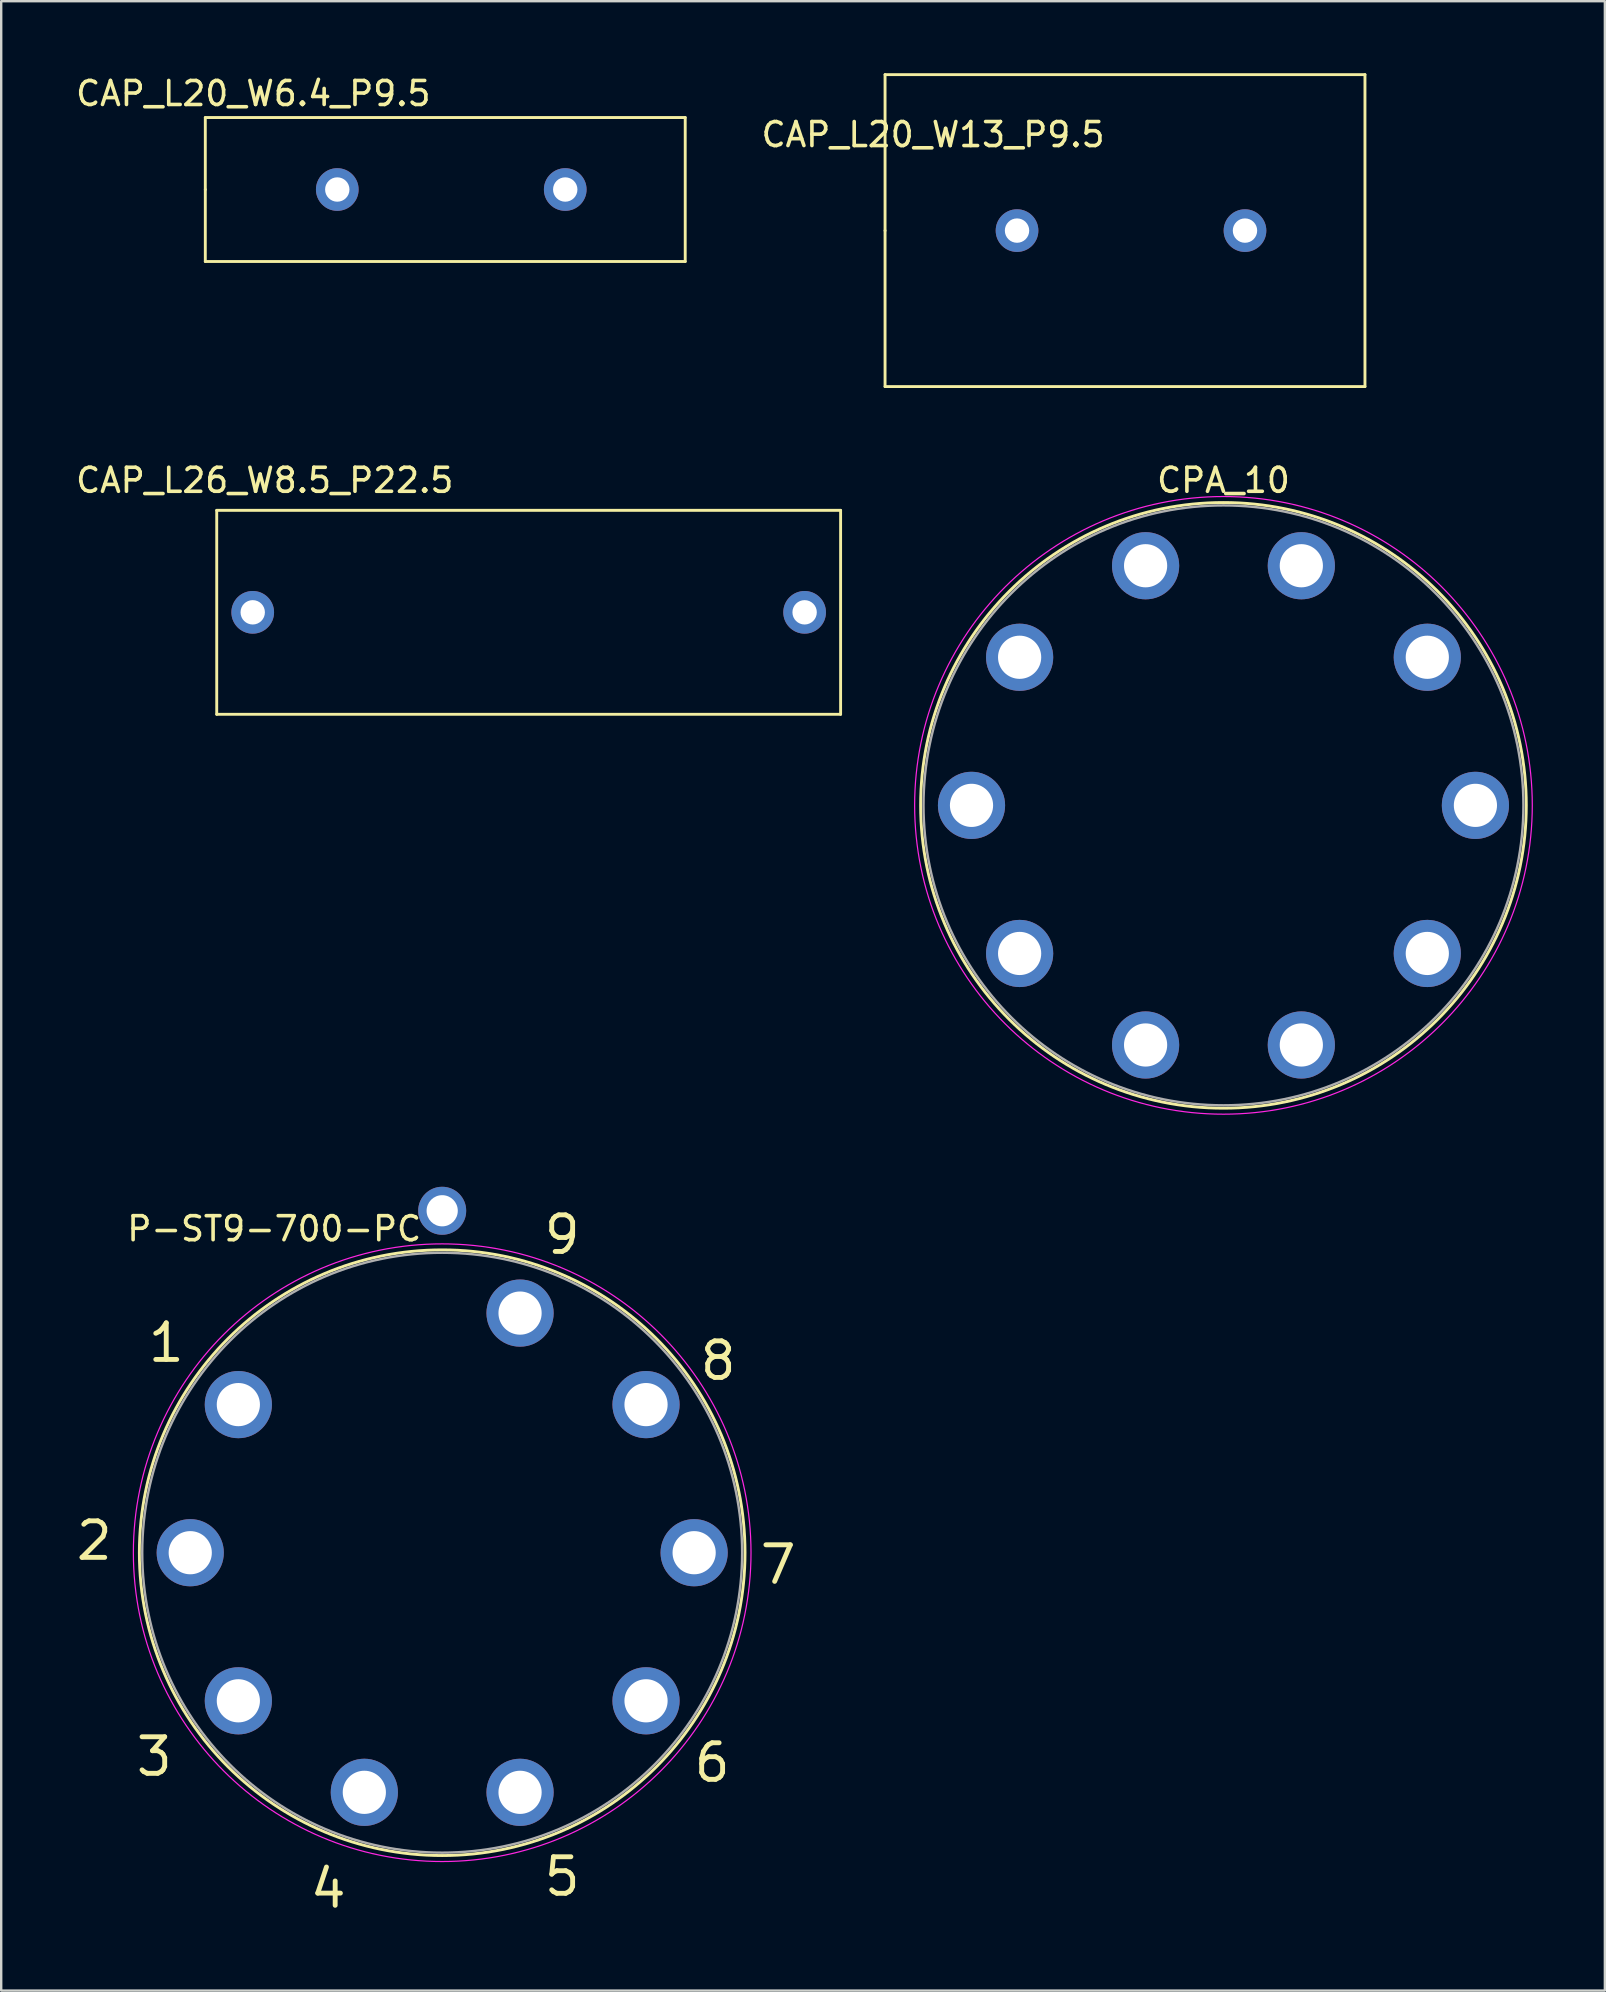
<source format=kicad_pcb>
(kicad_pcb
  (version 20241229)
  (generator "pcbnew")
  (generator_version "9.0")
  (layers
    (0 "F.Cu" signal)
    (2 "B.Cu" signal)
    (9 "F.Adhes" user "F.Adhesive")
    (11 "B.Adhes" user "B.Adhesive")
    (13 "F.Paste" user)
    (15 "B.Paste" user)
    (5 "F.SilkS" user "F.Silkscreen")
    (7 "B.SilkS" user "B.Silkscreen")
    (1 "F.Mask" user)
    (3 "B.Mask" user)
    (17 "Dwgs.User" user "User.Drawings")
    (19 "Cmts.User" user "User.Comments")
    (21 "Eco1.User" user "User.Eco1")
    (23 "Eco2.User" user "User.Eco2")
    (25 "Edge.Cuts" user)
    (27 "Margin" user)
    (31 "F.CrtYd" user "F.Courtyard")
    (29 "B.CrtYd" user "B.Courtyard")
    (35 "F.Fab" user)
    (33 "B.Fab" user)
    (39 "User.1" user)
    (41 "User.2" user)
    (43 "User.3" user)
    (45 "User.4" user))
  (footprint "P-ST9-700-PC"
    (layer "F.Cu")
    (at 15.378 61.658)
    (property "Reference" "P-ST9-700-PC" (at -7 -13.5 0) (layer "F.SilkS") (effects (font (size 1 1) (thickness 0.15))))
    (attr through_hole)
    (fp_circle (center 0 0) (end 0 12.62) (stroke (width 0.12) (type solid)) (fill no) (layer "F.SilkS"))
    (fp_circle (center 0 0) (end 0 12.87) (stroke (width 0.05) (type solid)) (fill no) (layer "F.CrtYd"))
    (fp_circle (center 0 0) (end 0 12.5) (stroke (width 0.1) (type solid)) (fill no) (layer "F.Fab"))
    (fp_text user "1" (at -11.5 -8.75 0) (layer "F.SilkS") (effects (font (size 1.524 1.524) (thickness 0.203))))
    (fp_text user "9" (at 5 -13.25 0) (layer "F.SilkS") (effects (font (size 1.524 1.524) (thickness 0.203))))
    (fp_text user "6" (at 11.25 8.75 0) (layer "F.SilkS") (effects (font (size 1.524 1.524) (thickness 0.203))))
    (fp_text user "5" (at 5 13.5 0) (layer "F.SilkS") (effects (font (size 1.524 1.524) (thickness 0.203))))
    (fp_text user "8" (at 11.5 -8 0) (layer "F.SilkS") (effects (font (size 1.524 1.524) (thickness 0.203))))
    (fp_text user "7" (at 14 0.5 0) (layer "F.SilkS") (effects (font (size 1.524 1.524) (thickness 0.203))))
    (fp_text user "3" (at -12 8.5 0) (layer "F.SilkS") (effects (font (size 1.524 1.524) (thickness 0.203))))
    (fp_text user "4" (at -4.75 14 0) (layer "F.SilkS") (effects (font (size 1.524 1.524) (thickness 0.203))))
    (fp_text user "2" (at -14.5 -0.5 0) (layer "F.SilkS") (effects (font (size 1.524 1.524) (thickness 0.203))))
    (pad "1" thru_hole oval (at -8.495 -6.172) (size 2.8 2.8) (drill 1.8) (layers "*.Cu" "*.Mask"))
    (pad "2" thru_hole oval (at -10.5 0) (size 2.8 2.8) (drill 1.8) (layers "*.Cu" "*.Mask"))
    (pad "3" thru_hole oval (at -8.495 6.172) (size 2.8 2.8) (drill 1.8) (layers "*.Cu" "*.Mask"))
    (pad "4" thru_hole oval (at -3.245 9.986) (size 2.8 2.8) (drill 1.8) (layers "*.Cu" "*.Mask"))
    (pad "5" thru_hole oval (at 3.245 9.986) (size 2.8 2.8) (drill 1.8) (layers "*.Cu" "*.Mask"))
    (pad "6" thru_hole oval (at 8.495 6.172) (size 2.8 2.8) (drill 1.8) (layers "*.Cu" "*.Mask"))
    (pad "7" thru_hole oval (at 10.5 0) (size 2.8 2.8) (drill 1.8) (layers "*.Cu" "*.Mask"))
    (pad "8" thru_hole oval (at 8.495 -6.172) (size 2.8 2.8) (drill 1.8) (layers "*.Cu" "*.Mask"))
    (pad "9" thru_hole oval (at 3.245 -9.986) (size 2.8 2.8) (drill 1.8) (layers "*.Cu" "*.Mask"))
    (pad "10" thru_hole circle (at 0 -14.25) (size 2 2) (drill 1.3) (layers "*.Cu" "*.Mask")))
  (footprint "CAP_L20_W6.4_P9.5"
    (layer "F.Cu")
    (at 10.506 4.848)
    (property "Reference" "CAP_L20_W6.4_P9.5" (at -3 -4 0) (layer "F.SilkS") (effects (font (size 1 1) (thickness 0.15))))
    (attr through_hole)
    (fp_line (start -5 -3) (end 15 -3) (stroke (width 0.12) (type solid)) (layer "F.SilkS"))
    (fp_line (start -5 0) (end -5 -3) (stroke (width 0.12) (type solid)) (layer "F.SilkS"))
    (fp_line (start -5 3) (end -5 0) (stroke (width 0.12) (type solid)) (layer "F.SilkS"))
    (fp_line (start 15 -3) (end 15 3) (stroke (width 0.12) (type solid)) (layer "F.SilkS"))
    (fp_line (start 15 3) (end -5 3) (stroke (width 0.12) (type solid)) (layer "F.SilkS"))
    (pad "1" thru_hole circle (at 0.5 0) (size 1.778 1.778) (drill 1.016) (layers "*.Cu" "*.Mask"))
    (pad "2" thru_hole circle (at 10 0) (size 1.778 1.778) (drill 1.016) (layers "*.Cu" "*.Mask")))
  (footprint "CAP_L26_W8.5_P22.5"
    (layer "F.Cu")
    (at 18.982 22.468)
    (property "Reference" "CAP_L26_W8.5_P22.5" (at -11 -5.5 0) (layer "F.SilkS") (effects (font (size 1 1) (thickness 0.15))))
    (attr through_hole)
    (fp_line (start -13 -4.25) (end 13 -4.25) (stroke (width 0.12) (type solid)) (layer "F.SilkS"))
    (fp_line (start -13 4.25) (end -13 -4.25) (stroke (width 0.12) (type solid)) (layer "F.SilkS"))
    (fp_line (start 13 -4.25) (end 13 4.25) (stroke (width 0.12) (type solid)) (layer "F.SilkS"))
    (fp_line (start 13 4.25) (end -13 4.25) (stroke (width 0.12) (type solid)) (layer "F.SilkS"))
    (pad "1" thru_hole circle (at -11.5 0) (size 1.778 1.778) (drill 1.016) (layers "*.Cu" "*.Mask"))
    (pad "2" thru_hole circle (at 11.5 0) (size 1.778 1.778) (drill 1.016) (layers "*.Cu" "*.Mask")))
  (footprint "CAP_L20_W13_P9.5"
    (layer "F.Cu")
    (at 38.834 6.56)
    (property "Reference" "CAP_L20_W13_P9.5" (at -3 -4 0) (layer "F.SilkS") (effects (font (size 1 1) (thickness 0.15))))
    (attr through_hole)
    (fp_line (start -5 -6.5) (end 15 -6.5) (stroke (width 0.12) (type solid)) (layer "F.SilkS"))
    (fp_line (start -5 0) (end -5 -6.5) (stroke (width 0.12) (type solid)) (layer "F.SilkS"))
    (fp_line (start -5 6.5) (end -5 0) (stroke (width 0.12) (type solid)) (layer "F.SilkS"))
    (fp_line (start 15 -6.5) (end 15 6.5) (stroke (width 0.12) (type solid)) (layer "F.SilkS"))
    (fp_line (start 15 6.5) (end -5 6.5) (stroke (width 0.12) (type solid)) (layer "F.SilkS"))
    (pad "1" thru_hole circle (at 0.5 0) (size 1.778 1.778) (drill 1.016) (layers "*.Cu" "*.Mask"))
    (pad "2" thru_hole circle (at 10 0) (size 1.778 1.778) (drill 1.016) (layers "*.Cu" "*.Mask")))
  (footprint "CPA_10"
    (layer "F.Cu")
    (at 47.937 30.513)
    (property "Reference" "CPA_10" (at 0 -13.545 0) (layer "F.SilkS") (effects (font (size 1 1) (thickness 0.15))))
    (attr through_hole)
    (fp_circle (center 0 0) (end 0 12.62) (stroke (width 0.12) (type solid)) (fill no) (layer "F.SilkS"))
    (fp_circle (center 0 0) (end 0 12.87) (stroke (width 0.05) (type solid)) (fill no) (layer "F.CrtYd"))
    (fp_circle (center 0 0) (end 0 12.5) (stroke (width 0.1) (type solid)) (fill no) (layer "F.Fab"))
    (pad "1" thru_hole oval (at -8.495 -6.172) (size 2.8 2.8) (drill 1.8) (layers "*.Cu" "*.Mask"))
    (pad "2" thru_hole oval (at -10.5 0) (size 2.8 2.8) (drill 1.8) (layers "*.Cu" "*.Mask"))
    (pad "3" thru_hole oval (at -8.495 6.172) (size 2.8 2.8) (drill 1.8) (layers "*.Cu" "*.Mask"))
    (pad "4" thru_hole oval (at -3.245 9.986) (size 2.8 2.8) (drill 1.8) (layers "*.Cu" "*.Mask"))
    (pad "5" thru_hole oval (at 3.245 9.986) (size 2.8 2.8) (drill 1.8) (layers "*.Cu" "*.Mask"))
    (pad "6" thru_hole oval (at 8.495 6.172) (size 2.8 2.8) (drill 1.8) (layers "*.Cu" "*.Mask"))
    (pad "7" thru_hole oval (at 10.5 0) (size 2.8 2.8) (drill 1.8) (layers "*.Cu" "*.Mask"))
    (pad "8" thru_hole oval (at 8.495 -6.172) (size 2.8 2.8) (drill 1.8) (layers "*.Cu" "*.Mask"))
    (pad "9" thru_hole oval (at 3.245 -9.986) (size 2.8 2.8) (drill 1.8) (layers "*.Cu" "*.Mask"))
    (pad "10" thru_hole oval (at -3.245 -9.986) (size 2.8 2.8) (drill 1.8) (layers "*.Cu" "*.Mask")))
  (gr_rect
    (start -3 -3)
    (end 63.832 79.906)
    (stroke (width 0.1) (type default))
    (fill no)
    (layer "Edge.Cuts")))
</source>
